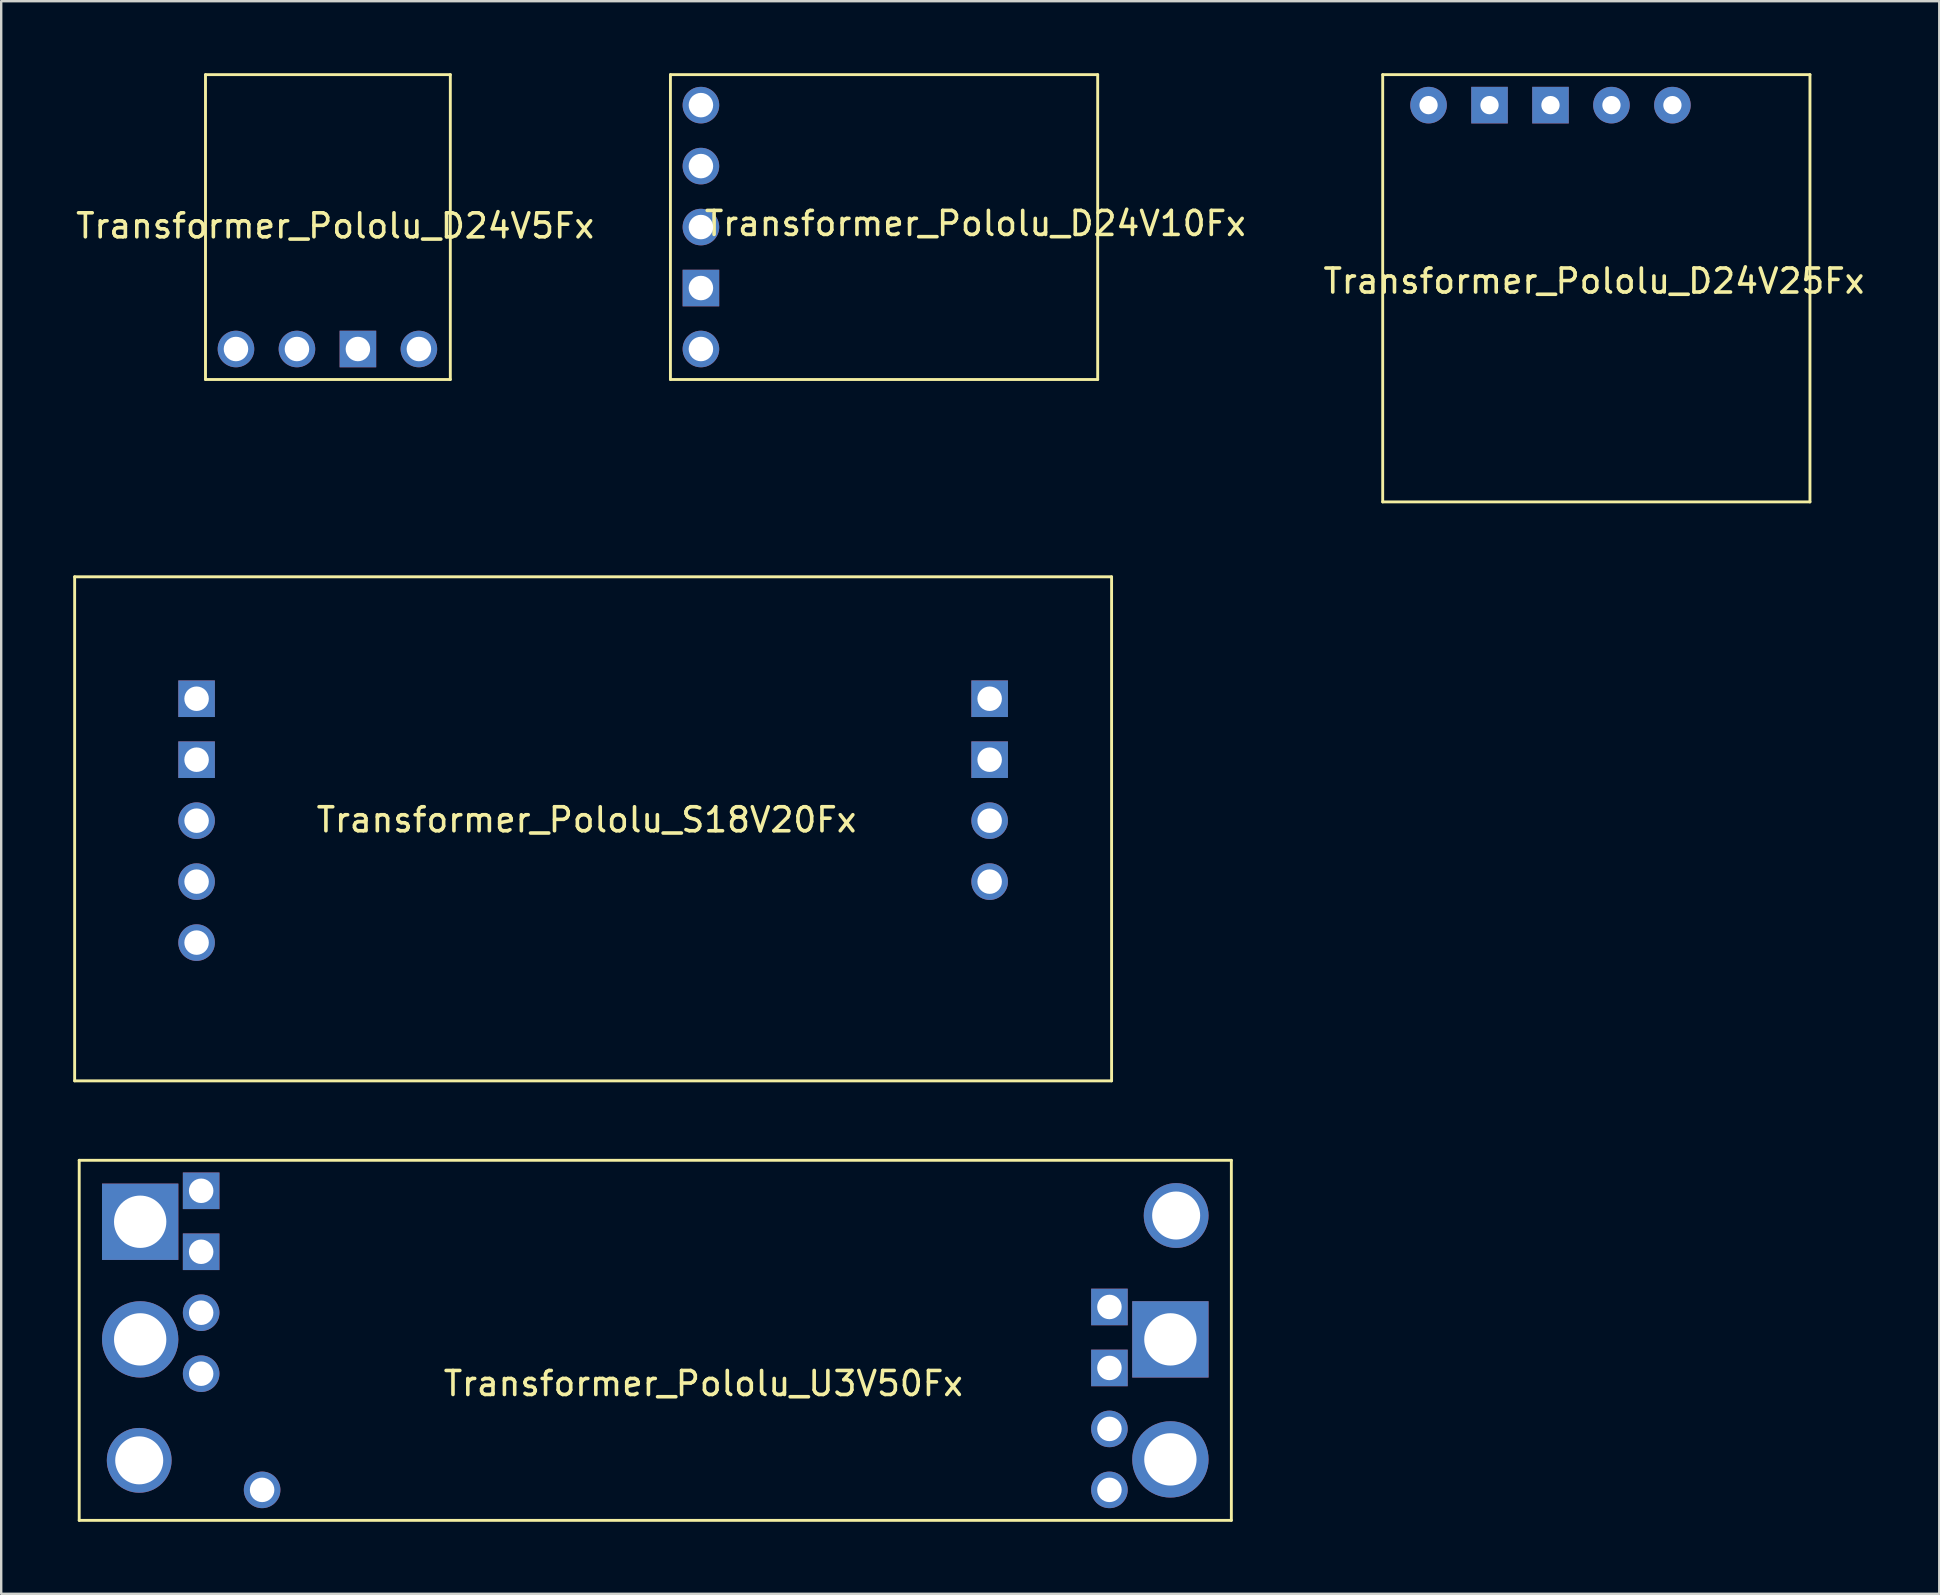
<source format=kicad_pcb>
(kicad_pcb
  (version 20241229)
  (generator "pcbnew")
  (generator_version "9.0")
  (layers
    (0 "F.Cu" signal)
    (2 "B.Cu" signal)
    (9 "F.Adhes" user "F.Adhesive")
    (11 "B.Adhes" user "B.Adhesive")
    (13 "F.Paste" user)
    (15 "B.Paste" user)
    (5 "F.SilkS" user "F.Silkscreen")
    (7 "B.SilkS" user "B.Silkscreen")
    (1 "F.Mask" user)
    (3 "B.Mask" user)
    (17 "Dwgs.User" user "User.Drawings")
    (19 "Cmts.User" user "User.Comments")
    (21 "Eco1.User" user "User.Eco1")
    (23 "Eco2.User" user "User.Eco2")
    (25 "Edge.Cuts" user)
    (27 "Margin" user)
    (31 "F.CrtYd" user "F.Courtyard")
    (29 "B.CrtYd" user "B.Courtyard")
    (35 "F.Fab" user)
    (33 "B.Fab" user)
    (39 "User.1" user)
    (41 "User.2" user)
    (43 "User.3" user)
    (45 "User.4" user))
  (footprint "Transformer_Pololu_S18V20Fx"
    (layer "F.Cu")
    (at 21.185 31.03)
    (property "Reference" "Transformer_Pololu_S18V20Fx" (at 0.2 0.075 0) (layer "F.SilkS") (effects (font (size 1 1) (thickness 0.15))))
    (attr through_hole)
    (fp_line (start -21.125 -10.05) (end -21.125 10.95) (stroke (width 0.12) (type solid)) (layer "F.SilkS"))
    (fp_line (start -21.125 10.95) (end 22.075 10.95) (stroke (width 0.12) (type solid)) (layer "F.SilkS"))
    (fp_line (start 22.075 -10.05) (end -21.125 -10.05) (stroke (width 0.12) (type solid)) (layer "F.SilkS"))
    (fp_line (start 22.075 10.95) (end 22.075 -10.05) (stroke (width 0.12) (type solid)) (layer "F.SilkS"))
    (pad "1" thru_hole circle (at -16.045 0.11) (size 1.524 1.524) (drill 1.02) (layers "*.Cu" "*.Mask"))
    (pad "1" thru_hole circle (at -16.045 2.65) (size 1.524 1.524) (drill 1.02) (layers "*.Cu" "*.Mask"))
    (pad "2" thru_hole rect (at -16.045 -4.97) (size 1.524 1.524) (drill 1.02) (layers "*.Cu" "*.Mask"))
    (pad "2" thru_hole rect (at -16.045 -2.43) (size 1.524 1.524) (drill 1.02) (layers "*.Cu" "*.Mask"))
    (pad "2" thru_hole rect (at 16.995 -4.97) (size 1.524 1.524) (drill 1.02) (layers "*.Cu" "*.Mask"))
    (pad "2" thru_hole rect (at 16.995 -2.43) (size 1.524 1.524) (drill 1.02) (layers "*.Cu" "*.Mask"))
    (pad "3" thru_hole circle (at -16.045 5.19) (size 1.524 1.524) (drill 1.02) (layers "*.Cu" "*.Mask"))
    (pad "4" thru_hole circle (at 16.995 0.11) (size 1.524 1.524) (drill 1.02) (layers "*.Cu" "*.Mask"))
    (pad "4" thru_hole circle (at 16.995 2.65) (size 1.524 1.524) (drill 1.02) (layers "*.Cu" "*.Mask")))
  (footprint "Transformer_Pololu_D24V25Fx"
    (layer "F.Cu")
    (at 63.155 5.26)
    (property "Reference" "Transformer_Pololu_D24V25Fx" (at 0.2 3.4 0) (layer "F.SilkS") (effects (font (size 1 1) (thickness 0.15))))
    (attr through_hole)
    (fp_line (start -8.6 -5.2) (end -8.6 12.6) (stroke (width 0.12) (type solid)) (layer "F.SilkS"))
    (fp_line (start -8.6 -5.2) (end 9.2 -5.2) (stroke (width 0.12) (type solid)) (layer "F.SilkS"))
    (fp_line (start -8.6 12.6) (end 9.2 12.6) (stroke (width 0.12) (type solid)) (layer "F.SilkS"))
    (fp_line (start 9.2 12.6) (end 9.2 -5.2) (stroke (width 0.12) (type solid)) (layer "F.SilkS"))
    (pad "1" thru_hole circle (at 0.93 -3.93) (size 1.524 1.524) (drill 0.762) (layers "*.Cu" "*.Mask"))
    (pad "2" thru_hole rect (at -4.15 -3.93) (size 1.524 1.524) (drill 0.762) (layers "*.Cu" "*.Mask"))
    (pad "2" thru_hole rect (at -1.61 -3.93) (size 1.524 1.524) (drill 0.762) (layers "*.Cu" "*.Mask"))
    (pad "3" thru_hole circle (at 3.47 -3.93) (size 1.524 1.524) (drill 0.762) (layers "*.Cu" "*.Mask"))
    (pad "4" thru_hole circle (at -6.69 -3.93) (size 1.524 1.524) (drill 0.762) (layers "*.Cu" "*.Mask")))
  (footprint "Transformer_Pololu_U3V50Fx"
    (layer "F.Cu")
    (at 0.25 45.29)
    (property "Reference" "Transformer_Pololu_U3V50Fx" (at 26 9.3 0) (layer "F.SilkS") (effects (font (size 1 1) (thickness 0.15))))
    (attr through_hole)
    (fp_line (start 0 0) (end 48 0) (stroke (width 0.12) (type solid)) (layer "F.SilkS"))
    (fp_line (start 0 15) (end 0 0) (stroke (width 0.12) (type solid)) (layer "F.SilkS"))
    (fp_line (start 48 0) (end 48 15) (stroke (width 0.12) (type solid)) (layer "F.SilkS"))
    (fp_line (start 48 15) (end 0 15) (stroke (width 0.12) (type solid)) (layer "F.SilkS"))
    (pad "" thru_hole circle (at 2.5 12.5) (size 2.7 2.7) (drill 2) (layers "*.Cu" "*.Mask"))
    (pad "" thru_hole circle (at 45.7 2.3) (size 2.7 2.7) (drill 2) (layers "*.Cu" "*.Mask"))
    (pad "1" thru_hole circle (at 2.54 7.46) (size 3.18 3.18) (drill 2.18) (layers "*.Cu" "*.Mask"))
    (pad "1" thru_hole circle (at 5.08 6.35) (size 1.524 1.524) (drill 1.02) (layers "*.Cu" "*.Mask"))
    (pad "1" thru_hole circle (at 5.08 8.89) (size 1.524 1.524) (drill 1.02) (layers "*.Cu" "*.Mask"))
    (pad "2" thru_hole rect (at 2.54 2.56) (size 3.18 3.18) (drill 2.18) (layers "*.Cu" "*.Mask"))
    (pad "2" thru_hole rect (at 5.08 1.27) (size 1.524 1.524) (drill 1.02) (layers "*.Cu" "*.Mask"))
    (pad "2" thru_hole rect (at 5.08 3.81) (size 1.524 1.524) (drill 1.02) (layers "*.Cu" "*.Mask"))
    (pad "2" thru_hole rect (at 42.92 6.11 90) (size 1.524 1.524) (drill 1.02) (layers "*.Cu" "*.Mask"))
    (pad "2" thru_hole rect (at 42.92 8.65) (size 1.524 1.524) (drill 1.02) (layers "*.Cu" "*.Mask"))
    (pad "2" thru_hole rect (at 45.46 7.46) (size 3.18 3.18) (drill 2.18) (layers "*.Cu" "*.Mask"))
    (pad "3" thru_hole circle (at 7.62 13.73) (size 1.524 1.524) (drill 1.02) (layers "*.Cu" "*.Mask"))
    (pad "4" thru_hole circle (at 42.92 11.19) (size 1.524 1.524) (drill 1.02) (layers "*.Cu" "*.Mask"))
    (pad "4" thru_hole circle (at 42.92 13.73) (size 1.524 1.524) (drill 1.02) (layers "*.Cu" "*.Mask"))
    (pad "4" thru_hole circle (at 45.46 12.46) (size 3.18 3.18) (drill 2.18) (layers "*.Cu" "*.Mask")))
  (footprint "Transformer_Pololu_D24V10Fx"
    (layer "F.Cu")
    (at 34.081 6.16)
    (property "Reference" "Transformer_Pololu_D24V10Fx" (at 3.5 0.1 0) (layer "F.SilkS") (effects (font (size 1 1) (thickness 0.15))))
    (attr through_hole)
    (fp_line (start -9.2 -6.1) (end 8.6 -6.1) (stroke (width 0.12) (type solid)) (layer "F.SilkS"))
    (fp_line (start -9.2 6.6) (end -9.2 -6.1) (stroke (width 0.12) (type solid)) (layer "F.SilkS"))
    (fp_line (start 8.6 -6.1) (end 8.6 6.6) (stroke (width 0.12) (type solid)) (layer "F.SilkS"))
    (fp_line (start 8.6 6.6) (end -9.2 6.6) (stroke (width 0.12) (type solid)) (layer "F.SilkS"))
    (pad "1" thru_hole circle (at -7.93 0.25) (size 1.524 1.524) (drill 1.02) (layers "*.Cu" "*.Mask"))
    (pad "2" thru_hole rect (at -7.93 2.79) (size 1.524 1.524) (drill 1.02) (layers "*.Cu" "*.Mask"))
    (pad "3" thru_hole circle (at -7.93 -2.29) (size 1.524 1.524) (drill 1.02) (layers "*.Cu" "*.Mask"))
    (pad "4" thru_hole circle (at -7.93 5.33) (size 1.524 1.524) (drill 1.02) (layers "*.Cu" "*.Mask"))
    (pad "5" thru_hole circle (at -7.93 -4.83) (size 1.524 1.524) (drill 1.02) (layers "*.Cu" "*.Mask")))
  (footprint "Transformer_Pololu_D24V5Fx"
    (layer "F.Cu")
    (at 10.511 6.36)
    (property "Reference" "Transformer_Pololu_D24V5Fx" (at 0.4 0 0) (layer "F.SilkS") (effects (font (size 1 1) (thickness 0.15))))
    (attr through_hole)
    (fp_line (start -5 -6.3) (end 5.2 -6.3) (stroke (width 0.12) (type solid)) (layer "F.SilkS"))
    (fp_line (start -5 6.4) (end -5 -6.3) (stroke (width 0.12) (type solid)) (layer "F.SilkS"))
    (fp_line (start 5.2 -6.3) (end 5.2 6.4) (stroke (width 0.12) (type solid)) (layer "F.SilkS"))
    (fp_line (start 5.2 6.4) (end -5 6.4) (stroke (width 0.12) (type solid)) (layer "F.SilkS"))
    (pad "1" thru_hole circle (at -1.19 5.13) (size 1.524 1.524) (drill 1.02) (layers "*.Cu" "*.Mask"))
    (pad "2" thru_hole rect (at 1.35 5.13) (size 1.524 1.524) (drill 1.02) (layers "*.Cu" "*.Mask"))
    (pad "3" thru_hole circle (at -3.73 5.13) (size 1.524 1.524) (drill 1.02) (layers "*.Cu" "*.Mask"))
    (pad "4" thru_hole circle (at 3.89 5.13) (size 1.524 1.524) (drill 1.02) (layers "*.Cu" "*.Mask")))
  (gr_rect
    (start -3 -3)
    (end 77.742 63.35)
    (stroke (width 0.1) (type default))
    (fill no)
    (layer "Edge.Cuts")))
</source>
